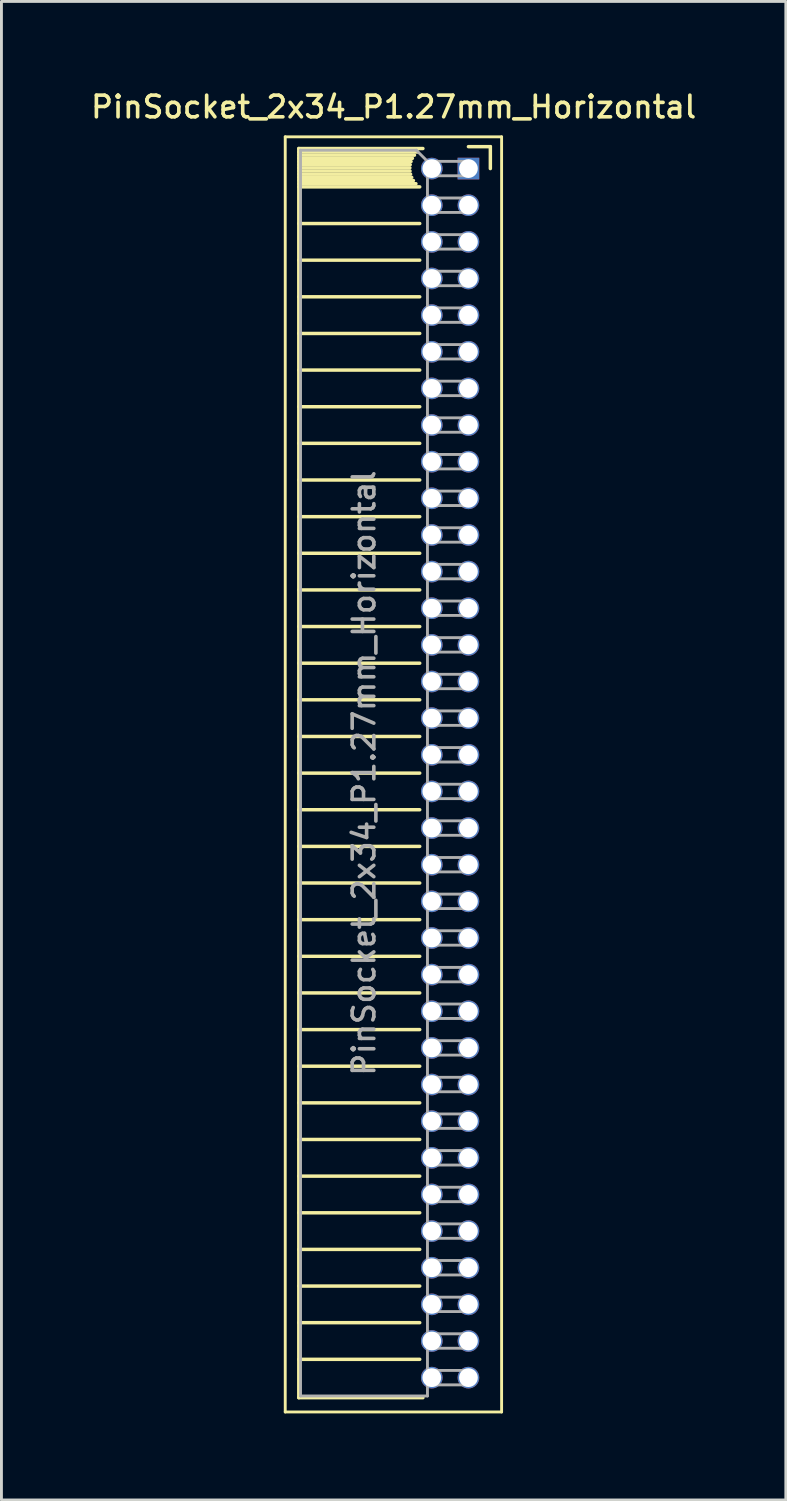
<source format=kicad_pcb>
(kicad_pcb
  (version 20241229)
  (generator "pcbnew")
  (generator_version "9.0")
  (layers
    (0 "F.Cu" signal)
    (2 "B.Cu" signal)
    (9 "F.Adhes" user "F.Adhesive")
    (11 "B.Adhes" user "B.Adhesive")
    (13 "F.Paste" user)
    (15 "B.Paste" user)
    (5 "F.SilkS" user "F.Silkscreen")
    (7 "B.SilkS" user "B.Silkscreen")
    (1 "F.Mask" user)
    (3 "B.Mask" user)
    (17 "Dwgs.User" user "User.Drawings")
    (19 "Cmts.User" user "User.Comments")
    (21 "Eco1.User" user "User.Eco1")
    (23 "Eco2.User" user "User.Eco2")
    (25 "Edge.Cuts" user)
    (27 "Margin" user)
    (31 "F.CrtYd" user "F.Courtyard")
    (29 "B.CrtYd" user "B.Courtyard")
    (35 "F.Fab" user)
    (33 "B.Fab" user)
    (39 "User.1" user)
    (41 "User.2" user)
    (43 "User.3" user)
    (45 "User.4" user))
  (footprint "PinSocket_2x34_P1.27mm_Horizontal"
    (layer "F.Cu")
    (at 13.187 2.793)
    (property "Reference" "PinSocket_2x34_P1.27mm_Horizontal" (at -2.592 -2.135 0) (layer "F.SilkS") (effects (font (size 0.75 0.75) (thickness 0.125))))
    (attr through_hole)
    (fp_line (start -6.35 -1.1) (end -6.35 43.1) (stroke (width 0.1) (type solid)) (layer "F.SilkS"))
    (fp_line (start -6.35 43.1) (end 1.15 43.1) (stroke (width 0.1) (type solid)) (layer "F.SilkS"))
    (fp_line (start -5.88 -0.695) (end -5.88 42.605) (stroke (width 0.12) (type solid)) (layer "F.SilkS"))
    (fp_line (start -5.88 -0.695) (end -1.578 -0.695) (stroke (width 0.12) (type solid)) (layer "F.SilkS"))
    (fp_line (start -5.88 -0.575) (end -1.767 -0.575) (stroke (width 0.12) (type solid)) (layer "F.SilkS"))
    (fp_line (start -5.88 -0.465) (end -1.871 -0.465) (stroke (width 0.12) (type solid)) (layer "F.SilkS"))
    (fp_line (start -5.88 -0.355) (end -1.942 -0.355) (stroke (width 0.12) (type solid)) (layer "F.SilkS"))
    (fp_line (start -5.88 -0.245) (end -1.989 -0.245) (stroke (width 0.12) (type solid)) (layer "F.SilkS"))
    (fp_line (start -5.88 -0.135) (end -2.018 -0.135) (stroke (width 0.12) (type solid)) (layer "F.SilkS"))
    (fp_line (start -5.88 -0.025) (end -2.03 -0.025) (stroke (width 0.12) (type solid)) (layer "F.SilkS"))
    (fp_line (start -5.88 0.085) (end -2.025 0.085) (stroke (width 0.12) (type solid)) (layer "F.SilkS"))
    (fp_line (start -5.88 0.195) (end -2.005 0.195) (stroke (width 0.12) (type solid)) (layer "F.SilkS"))
    (fp_line (start -5.88 0.305) (end -1.966 0.305) (stroke (width 0.12) (type solid)) (layer "F.SilkS"))
    (fp_line (start -5.88 0.415) (end -1.907 0.415) (stroke (width 0.12) (type solid)) (layer "F.SilkS"))
    (fp_line (start -5.88 0.525) (end -1.82 0.525) (stroke (width 0.12) (type solid)) (layer "F.SilkS"))
    (fp_line (start -5.88 0.635) (end -1.688 0.635) (stroke (width 0.12) (type solid)) (layer "F.SilkS"))
    (fp_line (start -5.88 1.905) (end -1.688 1.905) (stroke (width 0.12) (type solid)) (layer "F.SilkS"))
    (fp_line (start -5.88 3.175) (end -1.688 3.175) (stroke (width 0.12) (type solid)) (layer "F.SilkS"))
    (fp_line (start -5.88 4.445) (end -1.688 4.445) (stroke (width 0.12) (type solid)) (layer "F.SilkS"))
    (fp_line (start -5.88 5.715) (end -1.688 5.715) (stroke (width 0.12) (type solid)) (layer "F.SilkS"))
    (fp_line (start -5.88 6.985) (end -1.688 6.985) (stroke (width 0.12) (type solid)) (layer "F.SilkS"))
    (fp_line (start -5.88 8.255) (end -1.688 8.255) (stroke (width 0.12) (type solid)) (layer "F.SilkS"))
    (fp_line (start -5.88 9.525) (end -1.688 9.525) (stroke (width 0.12) (type solid)) (layer "F.SilkS"))
    (fp_line (start -5.88 10.795) (end -1.688 10.795) (stroke (width 0.12) (type solid)) (layer "F.SilkS"))
    (fp_line (start -5.88 12.065) (end -1.688 12.065) (stroke (width 0.12) (type solid)) (layer "F.SilkS"))
    (fp_line (start -5.88 13.335) (end -1.688 13.335) (stroke (width 0.12) (type solid)) (layer "F.SilkS"))
    (fp_line (start -5.88 14.605) (end -1.688 14.605) (stroke (width 0.12) (type solid)) (layer "F.SilkS"))
    (fp_line (start -5.88 15.875) (end -1.688 15.875) (stroke (width 0.12) (type solid)) (layer "F.SilkS"))
    (fp_line (start -5.88 17.145) (end -1.688 17.145) (stroke (width 0.12) (type solid)) (layer "F.SilkS"))
    (fp_line (start -5.88 18.415) (end -1.688 18.415) (stroke (width 0.12) (type solid)) (layer "F.SilkS"))
    (fp_line (start -5.88 19.685) (end -1.688 19.685) (stroke (width 0.12) (type solid)) (layer "F.SilkS"))
    (fp_line (start -5.88 20.955) (end -1.688 20.955) (stroke (width 0.12) (type solid)) (layer "F.SilkS"))
    (fp_line (start -5.88 22.225) (end -1.688 22.225) (stroke (width 0.12) (type solid)) (layer "F.SilkS"))
    (fp_line (start -5.88 23.495) (end -1.688 23.495) (stroke (width 0.12) (type solid)) (layer "F.SilkS"))
    (fp_line (start -5.88 24.765) (end -1.688 24.765) (stroke (width 0.12) (type solid)) (layer "F.SilkS"))
    (fp_line (start -5.88 26.035) (end -1.688 26.035) (stroke (width 0.12) (type solid)) (layer "F.SilkS"))
    (fp_line (start -5.88 27.305) (end -1.688 27.305) (stroke (width 0.12) (type solid)) (layer "F.SilkS"))
    (fp_line (start -5.88 28.575) (end -1.688 28.575) (stroke (width 0.12) (type solid)) (layer "F.SilkS"))
    (fp_line (start -5.88 29.845) (end -1.688 29.845) (stroke (width 0.12) (type solid)) (layer "F.SilkS"))
    (fp_line (start -5.88 31.115) (end -1.688 31.115) (stroke (width 0.12) (type solid)) (layer "F.SilkS"))
    (fp_line (start -5.88 32.385) (end -1.688 32.385) (stroke (width 0.12) (type solid)) (layer "F.SilkS"))
    (fp_line (start -5.88 33.655) (end -1.688 33.655) (stroke (width 0.12) (type solid)) (layer "F.SilkS"))
    (fp_line (start -5.88 34.925) (end -1.688 34.925) (stroke (width 0.12) (type solid)) (layer "F.SilkS"))
    (fp_line (start -5.88 36.195) (end -1.688 36.195) (stroke (width 0.12) (type solid)) (layer "F.SilkS"))
    (fp_line (start -5.88 37.465) (end -1.688 37.465) (stroke (width 0.12) (type solid)) (layer "F.SilkS"))
    (fp_line (start -5.88 38.735) (end -1.688 38.735) (stroke (width 0.12) (type solid)) (layer "F.SilkS"))
    (fp_line (start -5.88 40.005) (end -1.688 40.005) (stroke (width 0.12) (type solid)) (layer "F.SilkS"))
    (fp_line (start -5.88 41.275) (end -1.688 41.275) (stroke (width 0.12) (type solid)) (layer "F.SilkS"))
    (fp_line (start -5.88 42.605) (end -1.578 42.605) (stroke (width 0.12) (type solid)) (layer "F.SilkS"))
    (fp_line (start 0 -0.76) (end 0.76 -0.76) (stroke (width 0.12) (type solid)) (layer "F.SilkS"))
    (fp_line (start 0.76 -0.76) (end 0.76 0) (stroke (width 0.12) (type solid)) (layer "F.SilkS"))
    (fp_line (start 1.15 -1.1) (end -6.35 -1.1) (stroke (width 0.1) (type solid)) (layer "F.SilkS"))
    (fp_line (start 1.15 43.1) (end 1.15 -1.1) (stroke (width 0.1) (type solid)) (layer "F.SilkS"))
    (fp_line (start -5.82 -0.635) (end -1.805 -0.635) (stroke (width 0.1) (type solid)) (layer "F.Fab"))
    (fp_line (start -5.82 42.545) (end -5.82 -0.635) (stroke (width 0.1) (type solid)) (layer "F.Fab"))
    (fp_line (start -1.805 -0.635) (end -1.42 -0.25) (stroke (width 0.1) (type solid)) (layer "F.Fab"))
    (fp_line (start -1.42 -0.25) (end -1.42 42.545) (stroke (width 0.1) (type solid)) (layer "F.Fab"))
    (fp_line (start -1.42 0.25) (end 0 0.25) (stroke (width 0.1) (type solid)) (layer "F.Fab"))
    (fp_line (start -1.42 1.52) (end 0 1.52) (stroke (width 0.1) (type solid)) (layer "F.Fab"))
    (fp_line (start -1.42 2.79) (end 0 2.79) (stroke (width 0.1) (type solid)) (layer "F.Fab"))
    (fp_line (start -1.42 4.06) (end 0 4.06) (stroke (width 0.1) (type solid)) (layer "F.Fab"))
    (fp_line (start -1.42 5.33) (end 0 5.33) (stroke (width 0.1) (type solid)) (layer "F.Fab"))
    (fp_line (start -1.42 6.6) (end 0 6.6) (stroke (width 0.1) (type solid)) (layer "F.Fab"))
    (fp_line (start -1.42 7.87) (end 0 7.87) (stroke (width 0.1) (type solid)) (layer "F.Fab"))
    (fp_line (start -1.42 9.14) (end 0 9.14) (stroke (width 0.1) (type solid)) (layer "F.Fab"))
    (fp_line (start -1.42 10.41) (end 0 10.41) (stroke (width 0.1) (type solid)) (layer "F.Fab"))
    (fp_line (start -1.42 11.68) (end 0 11.68) (stroke (width 0.1) (type solid)) (layer "F.Fab"))
    (fp_line (start -1.42 12.95) (end 0 12.95) (stroke (width 0.1) (type solid)) (layer "F.Fab"))
    (fp_line (start -1.42 14.22) (end 0 14.22) (stroke (width 0.1) (type solid)) (layer "F.Fab"))
    (fp_line (start -1.42 15.49) (end 0 15.49) (stroke (width 0.1) (type solid)) (layer "F.Fab"))
    (fp_line (start -1.42 16.76) (end 0 16.76) (stroke (width 0.1) (type solid)) (layer "F.Fab"))
    (fp_line (start -1.42 18.03) (end 0 18.03) (stroke (width 0.1) (type solid)) (layer "F.Fab"))
    (fp_line (start -1.42 19.3) (end 0 19.3) (stroke (width 0.1) (type solid)) (layer "F.Fab"))
    (fp_line (start -1.42 20.57) (end 0 20.57) (stroke (width 0.1) (type solid)) (layer "F.Fab"))
    (fp_line (start -1.42 21.84) (end 0 21.84) (stroke (width 0.1) (type solid)) (layer "F.Fab"))
    (fp_line (start -1.42 23.11) (end 0 23.11) (stroke (width 0.1) (type solid)) (layer "F.Fab"))
    (fp_line (start -1.42 24.38) (end 0 24.38) (stroke (width 0.1) (type solid)) (layer "F.Fab"))
    (fp_line (start -1.42 25.65) (end 0 25.65) (stroke (width 0.1) (type solid)) (layer "F.Fab"))
    (fp_line (start -1.42 26.92) (end 0 26.92) (stroke (width 0.1) (type solid)) (layer "F.Fab"))
    (fp_line (start -1.42 28.19) (end 0 28.19) (stroke (width 0.1) (type solid)) (layer "F.Fab"))
    (fp_line (start -1.42 29.46) (end 0 29.46) (stroke (width 0.1) (type solid)) (layer "F.Fab"))
    (fp_line (start -1.42 30.73) (end 0 30.73) (stroke (width 0.1) (type solid)) (layer "F.Fab"))
    (fp_line (start -1.42 32) (end 0 32) (stroke (width 0.1) (type solid)) (layer "F.Fab"))
    (fp_line (start -1.42 33.27) (end 0 33.27) (stroke (width 0.1) (type solid)) (layer "F.Fab"))
    (fp_line (start -1.42 34.54) (end 0 34.54) (stroke (width 0.1) (type solid)) (layer "F.Fab"))
    (fp_line (start -1.42 35.81) (end 0 35.81) (stroke (width 0.1) (type solid)) (layer "F.Fab"))
    (fp_line (start -1.42 37.08) (end 0 37.08) (stroke (width 0.1) (type solid)) (layer "F.Fab"))
    (fp_line (start -1.42 38.35) (end 0 38.35) (stroke (width 0.1) (type solid)) (layer "F.Fab"))
    (fp_line (start -1.42 39.62) (end 0 39.62) (stroke (width 0.1) (type solid)) (layer "F.Fab"))
    (fp_line (start -1.42 40.89) (end 0 40.89) (stroke (width 0.1) (type solid)) (layer "F.Fab"))
    (fp_line (start -1.42 42.16) (end 0 42.16) (stroke (width 0.1) (type solid)) (layer "F.Fab"))
    (fp_line (start -1.42 42.545) (end -5.82 42.545) (stroke (width 0.1) (type solid)) (layer "F.Fab"))
    (fp_line (start 0 -0.25) (end -1.42 -0.25) (stroke (width 0.1) (type solid)) (layer "F.Fab"))
    (fp_line (start 0 0.25) (end 0 -0.25) (stroke (width 0.1) (type solid)) (layer "F.Fab"))
    (fp_line (start 0 1.02) (end -1.42 1.02) (stroke (width 0.1) (type solid)) (layer "F.Fab"))
    (fp_line (start 0 1.52) (end 0 1.02) (stroke (width 0.1) (type solid)) (layer "F.Fab"))
    (fp_line (start 0 2.29) (end -1.42 2.29) (stroke (width 0.1) (type solid)) (layer "F.Fab"))
    (fp_line (start 0 2.79) (end 0 2.29) (stroke (width 0.1) (type solid)) (layer "F.Fab"))
    (fp_line (start 0 3.56) (end -1.42 3.56) (stroke (width 0.1) (type solid)) (layer "F.Fab"))
    (fp_line (start 0 4.06) (end 0 3.56) (stroke (width 0.1) (type solid)) (layer "F.Fab"))
    (fp_line (start 0 4.83) (end -1.42 4.83) (stroke (width 0.1) (type solid)) (layer "F.Fab"))
    (fp_line (start 0 5.33) (end 0 4.83) (stroke (width 0.1) (type solid)) (layer "F.Fab"))
    (fp_line (start 0 6.1) (end -1.42 6.1) (stroke (width 0.1) (type solid)) (layer "F.Fab"))
    (fp_line (start 0 6.6) (end 0 6.1) (stroke (width 0.1) (type solid)) (layer "F.Fab"))
    (fp_line (start 0 7.37) (end -1.42 7.37) (stroke (width 0.1) (type solid)) (layer "F.Fab"))
    (fp_line (start 0 7.87) (end 0 7.37) (stroke (width 0.1) (type solid)) (layer "F.Fab"))
    (fp_line (start 0 8.64) (end -1.42 8.64) (stroke (width 0.1) (type solid)) (layer "F.Fab"))
    (fp_line (start 0 9.14) (end 0 8.64) (stroke (width 0.1) (type solid)) (layer "F.Fab"))
    (fp_line (start 0 9.91) (end -1.42 9.91) (stroke (width 0.1) (type solid)) (layer "F.Fab"))
    (fp_line (start 0 10.41) (end 0 9.91) (stroke (width 0.1) (type solid)) (layer "F.Fab"))
    (fp_line (start 0 11.18) (end -1.42 11.18) (stroke (width 0.1) (type solid)) (layer "F.Fab"))
    (fp_line (start 0 11.68) (end 0 11.18) (stroke (width 0.1) (type solid)) (layer "F.Fab"))
    (fp_line (start 0 12.45) (end -1.42 12.45) (stroke (width 0.1) (type solid)) (layer "F.Fab"))
    (fp_line (start 0 12.95) (end 0 12.45) (stroke (width 0.1) (type solid)) (layer "F.Fab"))
    (fp_line (start 0 13.72) (end -1.42 13.72) (stroke (width 0.1) (type solid)) (layer "F.Fab"))
    (fp_line (start 0 14.22) (end 0 13.72) (stroke (width 0.1) (type solid)) (layer "F.Fab"))
    (fp_line (start 0 14.99) (end -1.42 14.99) (stroke (width 0.1) (type solid)) (layer "F.Fab"))
    (fp_line (start 0 15.49) (end 0 14.99) (stroke (width 0.1) (type solid)) (layer "F.Fab"))
    (fp_line (start 0 16.26) (end -1.42 16.26) (stroke (width 0.1) (type solid)) (layer "F.Fab"))
    (fp_line (start 0 16.76) (end 0 16.26) (stroke (width 0.1) (type solid)) (layer "F.Fab"))
    (fp_line (start 0 17.53) (end -1.42 17.53) (stroke (width 0.1) (type solid)) (layer "F.Fab"))
    (fp_line (start 0 18.03) (end 0 17.53) (stroke (width 0.1) (type solid)) (layer "F.Fab"))
    (fp_line (start 0 18.8) (end -1.42 18.8) (stroke (width 0.1) (type solid)) (layer "F.Fab"))
    (fp_line (start 0 19.3) (end 0 18.8) (stroke (width 0.1) (type solid)) (layer "F.Fab"))
    (fp_line (start 0 20.07) (end -1.42 20.07) (stroke (width 0.1) (type solid)) (layer "F.Fab"))
    (fp_line (start 0 20.57) (end 0 20.07) (stroke (width 0.1) (type solid)) (layer "F.Fab"))
    (fp_line (start 0 21.34) (end -1.42 21.34) (stroke (width 0.1) (type solid)) (layer "F.Fab"))
    (fp_line (start 0 21.84) (end 0 21.34) (stroke (width 0.1) (type solid)) (layer "F.Fab"))
    (fp_line (start 0 22.61) (end -1.42 22.61) (stroke (width 0.1) (type solid)) (layer "F.Fab"))
    (fp_line (start 0 23.11) (end 0 22.61) (stroke (width 0.1) (type solid)) (layer "F.Fab"))
    (fp_line (start 0 23.88) (end -1.42 23.88) (stroke (width 0.1) (type solid)) (layer "F.Fab"))
    (fp_line (start 0 24.38) (end 0 23.88) (stroke (width 0.1) (type solid)) (layer "F.Fab"))
    (fp_line (start 0 25.15) (end -1.42 25.15) (stroke (width 0.1) (type solid)) (layer "F.Fab"))
    (fp_line (start 0 25.65) (end 0 25.15) (stroke (width 0.1) (type solid)) (layer "F.Fab"))
    (fp_line (start 0 26.42) (end -1.42 26.42) (stroke (width 0.1) (type solid)) (layer "F.Fab"))
    (fp_line (start 0 26.92) (end 0 26.42) (stroke (width 0.1) (type solid)) (layer "F.Fab"))
    (fp_line (start 0 27.69) (end -1.42 27.69) (stroke (width 0.1) (type solid)) (layer "F.Fab"))
    (fp_line (start 0 28.19) (end 0 27.69) (stroke (width 0.1) (type solid)) (layer "F.Fab"))
    (fp_line (start 0 28.96) (end -1.42 28.96) (stroke (width 0.1) (type solid)) (layer "F.Fab"))
    (fp_line (start 0 29.46) (end 0 28.96) (stroke (width 0.1) (type solid)) (layer "F.Fab"))
    (fp_line (start 0 30.23) (end -1.42 30.23) (stroke (width 0.1) (type solid)) (layer "F.Fab"))
    (fp_line (start 0 30.73) (end 0 30.23) (stroke (width 0.1) (type solid)) (layer "F.Fab"))
    (fp_line (start 0 31.5) (end -1.42 31.5) (stroke (width 0.1) (type solid)) (layer "F.Fab"))
    (fp_line (start 0 32) (end 0 31.5) (stroke (width 0.1) (type solid)) (layer "F.Fab"))
    (fp_line (start 0 32.77) (end -1.42 32.77) (stroke (width 0.1) (type solid)) (layer "F.Fab"))
    (fp_line (start 0 33.27) (end 0 32.77) (stroke (width 0.1) (type solid)) (layer "F.Fab"))
    (fp_line (start 0 34.04) (end -1.42 34.04) (stroke (width 0.1) (type solid)) (layer "F.Fab"))
    (fp_line (start 0 34.54) (end 0 34.04) (stroke (width 0.1) (type solid)) (layer "F.Fab"))
    (fp_line (start 0 35.31) (end -1.42 35.31) (stroke (width 0.1) (type solid)) (layer "F.Fab"))
    (fp_line (start 0 35.81) (end 0 35.31) (stroke (width 0.1) (type solid)) (layer "F.Fab"))
    (fp_line (start 0 36.58) (end -1.42 36.58) (stroke (width 0.1) (type solid)) (layer "F.Fab"))
    (fp_line (start 0 37.08) (end 0 36.58) (stroke (width 0.1) (type solid)) (layer "F.Fab"))
    (fp_line (start 0 37.85) (end -1.42 37.85) (stroke (width 0.1) (type solid)) (layer "F.Fab"))
    (fp_line (start 0 38.35) (end 0 37.85) (stroke (width 0.1) (type solid)) (layer "F.Fab"))
    (fp_line (start 0 39.12) (end -1.42 39.12) (stroke (width 0.1) (type solid)) (layer "F.Fab"))
    (fp_line (start 0 39.62) (end 0 39.12) (stroke (width 0.1) (type solid)) (layer "F.Fab"))
    (fp_line (start 0 40.39) (end -1.42 40.39) (stroke (width 0.1) (type solid)) (layer "F.Fab"))
    (fp_line (start 0 40.89) (end 0 40.39) (stroke (width 0.1) (type solid)) (layer "F.Fab"))
    (fp_line (start 0 41.66) (end -1.42 41.66) (stroke (width 0.1) (type solid)) (layer "F.Fab"))
    (fp_line (start 0 42.16) (end 0 41.66) (stroke (width 0.1) (type solid)) (layer "F.Fab"))
    (fp_text user "${REFERENCE}" (at -3.62 20.955 90) (layer "F.Fab") (effects (font (size 0.75 0.75) (thickness 0.125))))
    (pad "1" thru_hole rect (at 0 0) (size 0.75 0.75) (drill 0.65) (layers "*.Cu" "*.Mask"))
    (pad "2" thru_hole oval (at -1.27 0) (size 0.75 0.75) (drill 0.65) (layers "*.Cu" "*.Mask"))
    (pad "3" thru_hole oval (at 0 1.27) (size 0.75 0.75) (drill 0.65) (layers "*.Cu" "*.Mask"))
    (pad "4" thru_hole oval (at -1.27 1.27) (size 0.75 0.75) (drill 0.65) (layers "*.Cu" "*.Mask"))
    (pad "5" thru_hole oval (at 0 2.54) (size 0.75 0.75) (drill 0.65) (layers "*.Cu" "*.Mask"))
    (pad "6" thru_hole oval (at -1.27 2.54) (size 0.75 0.75) (drill 0.65) (layers "*.Cu" "*.Mask"))
    (pad "7" thru_hole oval (at 0 3.81) (size 0.75 0.75) (drill 0.65) (layers "*.Cu" "*.Mask"))
    (pad "8" thru_hole oval (at -1.27 3.81) (size 0.75 0.75) (drill 0.65) (layers "*.Cu" "*.Mask"))
    (pad "9" thru_hole oval (at 0 5.08) (size 0.75 0.75) (drill 0.65) (layers "*.Cu" "*.Mask"))
    (pad "10" thru_hole oval (at -1.27 5.08) (size 0.75 0.75) (drill 0.65) (layers "*.Cu" "*.Mask"))
    (pad "11" thru_hole oval (at 0 6.35) (size 0.75 0.75) (drill 0.65) (layers "*.Cu" "*.Mask"))
    (pad "12" thru_hole oval (at -1.27 6.35) (size 0.75 0.75) (drill 0.65) (layers "*.Cu" "*.Mask"))
    (pad "13" thru_hole oval (at 0 7.62) (size 0.75 0.75) (drill 0.65) (layers "*.Cu" "*.Mask"))
    (pad "14" thru_hole oval (at -1.27 7.62) (size 0.75 0.75) (drill 0.65) (layers "*.Cu" "*.Mask"))
    (pad "15" thru_hole oval (at 0 8.89) (size 0.75 0.75) (drill 0.65) (layers "*.Cu" "*.Mask"))
    (pad "16" thru_hole oval (at -1.27 8.89) (size 0.75 0.75) (drill 0.65) (layers "*.Cu" "*.Mask"))
    (pad "17" thru_hole oval (at 0 10.16) (size 0.75 0.75) (drill 0.65) (layers "*.Cu" "*.Mask"))
    (pad "18" thru_hole oval (at -1.27 10.16) (size 0.75 0.75) (drill 0.65) (layers "*.Cu" "*.Mask"))
    (pad "19" thru_hole oval (at 0 11.43) (size 0.75 0.75) (drill 0.65) (layers "*.Cu" "*.Mask"))
    (pad "20" thru_hole oval (at -1.27 11.43) (size 0.75 0.75) (drill 0.65) (layers "*.Cu" "*.Mask"))
    (pad "21" thru_hole oval (at 0 12.7) (size 0.75 0.75) (drill 0.65) (layers "*.Cu" "*.Mask"))
    (pad "22" thru_hole oval (at -1.27 12.7) (size 0.75 0.75) (drill 0.65) (layers "*.Cu" "*.Mask"))
    (pad "23" thru_hole oval (at 0 13.97) (size 0.75 0.75) (drill 0.65) (layers "*.Cu" "*.Mask"))
    (pad "24" thru_hole oval (at -1.27 13.97) (size 0.75 0.75) (drill 0.65) (layers "*.Cu" "*.Mask"))
    (pad "25" thru_hole oval (at 0 15.24) (size 0.75 0.75) (drill 0.65) (layers "*.Cu" "*.Mask"))
    (pad "26" thru_hole oval (at -1.27 15.24) (size 0.75 0.75) (drill 0.65) (layers "*.Cu" "*.Mask"))
    (pad "27" thru_hole oval (at 0 16.51) (size 0.75 0.75) (drill 0.65) (layers "*.Cu" "*.Mask"))
    (pad "28" thru_hole oval (at -1.27 16.51) (size 0.75 0.75) (drill 0.65) (layers "*.Cu" "*.Mask"))
    (pad "29" thru_hole oval (at 0 17.78) (size 0.75 0.75) (drill 0.65) (layers "*.Cu" "*.Mask"))
    (pad "30" thru_hole oval (at -1.27 17.78) (size 0.75 0.75) (drill 0.65) (layers "*.Cu" "*.Mask"))
    (pad "31" thru_hole oval (at 0 19.05) (size 0.75 0.75) (drill 0.65) (layers "*.Cu" "*.Mask"))
    (pad "32" thru_hole oval (at -1.27 19.05) (size 0.75 0.75) (drill 0.65) (layers "*.Cu" "*.Mask"))
    (pad "33" thru_hole oval (at 0 20.32) (size 0.75 0.75) (drill 0.65) (layers "*.Cu" "*.Mask"))
    (pad "34" thru_hole oval (at -1.27 20.32) (size 0.75 0.75) (drill 0.65) (layers "*.Cu" "*.Mask"))
    (pad "35" thru_hole oval (at 0 21.59) (size 0.75 0.75) (drill 0.65) (layers "*.Cu" "*.Mask"))
    (pad "36" thru_hole oval (at -1.27 21.59) (size 0.75 0.75) (drill 0.65) (layers "*.Cu" "*.Mask"))
    (pad "37" thru_hole oval (at 0 22.86) (size 0.75 0.75) (drill 0.65) (layers "*.Cu" "*.Mask"))
    (pad "38" thru_hole oval (at -1.27 22.86) (size 0.75 0.75) (drill 0.65) (layers "*.Cu" "*.Mask"))
    (pad "39" thru_hole oval (at 0 24.13) (size 0.75 0.75) (drill 0.65) (layers "*.Cu" "*.Mask"))
    (pad "40" thru_hole oval (at -1.27 24.13) (size 0.75 0.75) (drill 0.65) (layers "*.Cu" "*.Mask"))
    (pad "41" thru_hole oval (at 0 25.4) (size 0.75 0.75) (drill 0.65) (layers "*.Cu" "*.Mask"))
    (pad "42" thru_hole oval (at -1.27 25.4) (size 0.75 0.75) (drill 0.65) (layers "*.Cu" "*.Mask"))
    (pad "43" thru_hole oval (at 0 26.67) (size 0.75 0.75) (drill 0.65) (layers "*.Cu" "*.Mask"))
    (pad "44" thru_hole oval (at -1.27 26.67) (size 0.75 0.75) (drill 0.65) (layers "*.Cu" "*.Mask"))
    (pad "45" thru_hole oval (at 0 27.94) (size 0.75 0.75) (drill 0.65) (layers "*.Cu" "*.Mask"))
    (pad "46" thru_hole oval (at -1.27 27.94) (size 0.75 0.75) (drill 0.65) (layers "*.Cu" "*.Mask"))
    (pad "47" thru_hole oval (at 0 29.21) (size 0.75 0.75) (drill 0.65) (layers "*.Cu" "*.Mask"))
    (pad "48" thru_hole oval (at -1.27 29.21) (size 0.75 0.75) (drill 0.65) (layers "*.Cu" "*.Mask"))
    (pad "49" thru_hole oval (at 0 30.48) (size 0.75 0.75) (drill 0.65) (layers "*.Cu" "*.Mask"))
    (pad "50" thru_hole oval (at -1.27 30.48) (size 0.75 0.75) (drill 0.65) (layers "*.Cu" "*.Mask"))
    (pad "51" thru_hole oval (at 0 31.75) (size 0.75 0.75) (drill 0.65) (layers "*.Cu" "*.Mask"))
    (pad "52" thru_hole oval (at -1.27 31.75) (size 0.75 0.75) (drill 0.65) (layers "*.Cu" "*.Mask"))
    (pad "53" thru_hole oval (at 0 33.02) (size 0.75 0.75) (drill 0.65) (layers "*.Cu" "*.Mask"))
    (pad "54" thru_hole oval (at -1.27 33.02) (size 0.75 0.75) (drill 0.65) (layers "*.Cu" "*.Mask"))
    (pad "55" thru_hole oval (at 0 34.29) (size 0.75 0.75) (drill 0.65) (layers "*.Cu" "*.Mask"))
    (pad "56" thru_hole oval (at -1.27 34.29) (size 0.75 0.75) (drill 0.65) (layers "*.Cu" "*.Mask"))
    (pad "57" thru_hole oval (at 0 35.56) (size 0.75 0.75) (drill 0.65) (layers "*.Cu" "*.Mask"))
    (pad "58" thru_hole oval (at -1.27 35.56) (size 0.75 0.75) (drill 0.65) (layers "*.Cu" "*.Mask"))
    (pad "59" thru_hole oval (at 0 36.83) (size 0.75 0.75) (drill 0.65) (layers "*.Cu" "*.Mask"))
    (pad "60" thru_hole oval (at -1.27 36.83) (size 0.75 0.75) (drill 0.65) (layers "*.Cu" "*.Mask"))
    (pad "61" thru_hole oval (at 0 38.1) (size 0.75 0.75) (drill 0.65) (layers "*.Cu" "*.Mask"))
    (pad "62" thru_hole oval (at -1.27 38.1) (size 0.75 0.75) (drill 0.65) (layers "*.Cu" "*.Mask"))
    (pad "63" thru_hole oval (at 0 39.37) (size 0.75 0.75) (drill 0.65) (layers "*.Cu" "*.Mask"))
    (pad "64" thru_hole oval (at -1.27 39.37) (size 0.75 0.75) (drill 0.65) (layers "*.Cu" "*.Mask"))
    (pad "65" thru_hole oval (at 0 40.64) (size 0.75 0.75) (drill 0.65) (layers "*.Cu" "*.Mask"))
    (pad "66" thru_hole oval (at -1.27 40.64) (size 0.75 0.75) (drill 0.65) (layers "*.Cu" "*.Mask"))
    (pad "67" thru_hole oval (at 0 41.91) (size 0.75 0.75) (drill 0.65) (layers "*.Cu" "*.Mask"))
    (pad "68" thru_hole oval (at -1.27 41.91) (size 0.75 0.75) (drill 0.65) (layers "*.Cu" "*.Mask")))
  (gr_rect
    (start -3 -3)
    (end 24.189 48.943)
    (stroke (width 0.1) (type default))
    (fill no)
    (layer "Edge.Cuts")))
</source>
